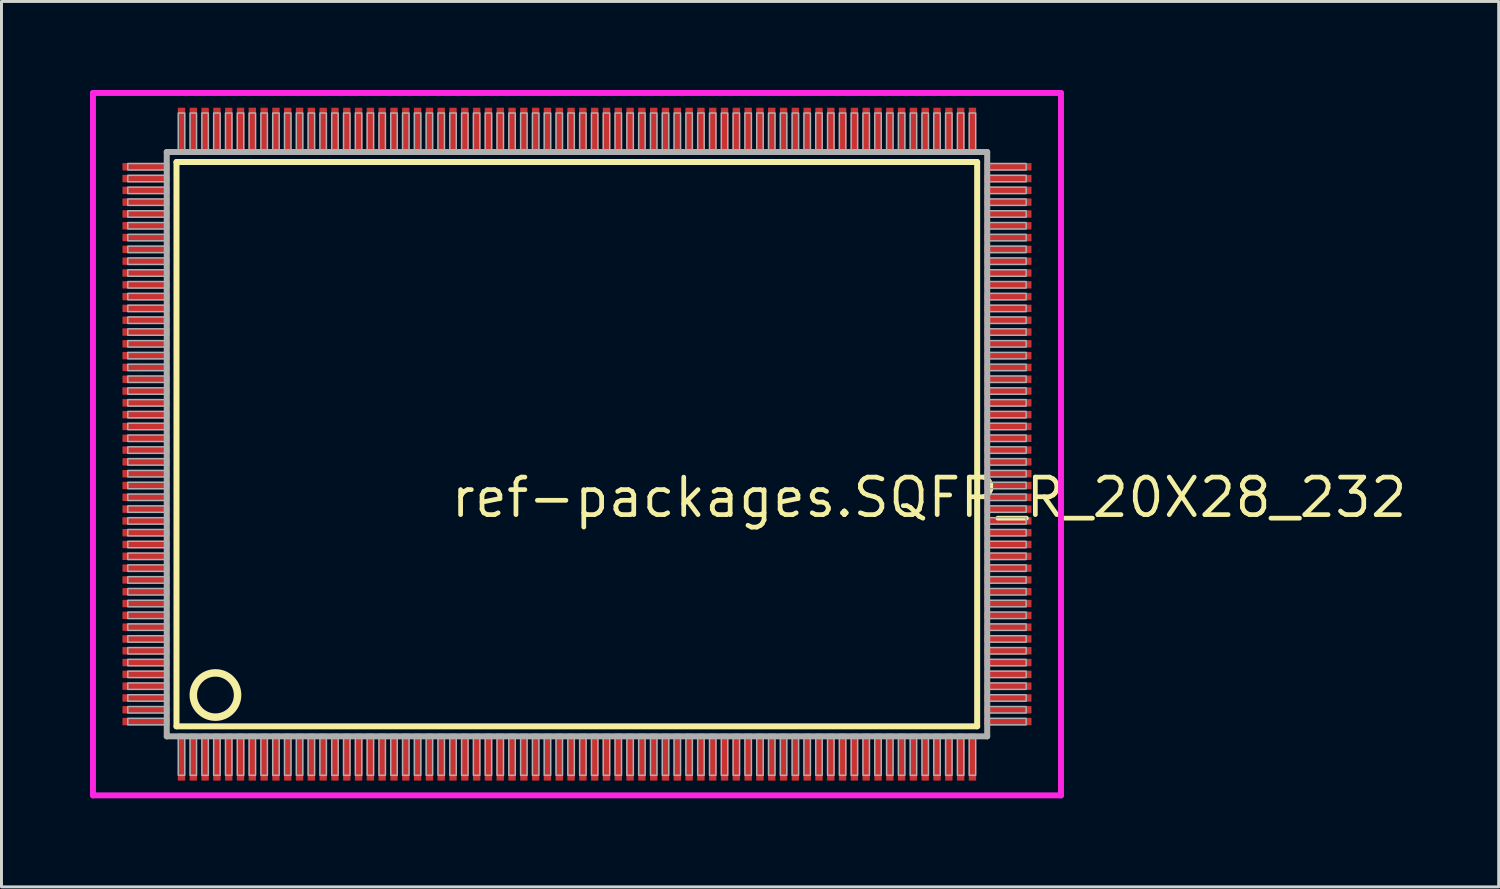
<source format=kicad_pcb>
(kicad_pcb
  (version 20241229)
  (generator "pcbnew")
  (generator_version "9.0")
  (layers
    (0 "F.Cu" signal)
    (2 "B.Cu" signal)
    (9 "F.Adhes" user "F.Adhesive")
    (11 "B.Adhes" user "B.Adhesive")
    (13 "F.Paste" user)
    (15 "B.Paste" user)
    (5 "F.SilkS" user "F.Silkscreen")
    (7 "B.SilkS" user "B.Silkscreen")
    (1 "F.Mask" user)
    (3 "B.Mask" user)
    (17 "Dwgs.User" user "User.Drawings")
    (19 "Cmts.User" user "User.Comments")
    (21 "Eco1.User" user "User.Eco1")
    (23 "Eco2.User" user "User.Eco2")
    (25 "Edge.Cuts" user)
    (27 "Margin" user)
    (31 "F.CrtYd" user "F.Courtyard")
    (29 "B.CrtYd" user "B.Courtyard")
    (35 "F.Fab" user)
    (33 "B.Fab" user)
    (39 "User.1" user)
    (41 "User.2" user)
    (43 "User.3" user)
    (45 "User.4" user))
  (footprint "ref-packages.SQFP_R_20X28_232"
    (layer "F.Cu")
    (at 16.5 12)
    (property "Reference" "ref-packages.SQFP_R_20X28_232" (at -4.35 2.55 0) (layer "F.SilkS") (effects (font (size 1.27 1.27) (thickness 0.16)) (justify left bottom)))
    (attr smd)
    (fp_line (start -13.57 -9.56) (end 13.56 -9.56) (stroke (width 0.203) (type default)) (layer "F.SilkS"))
    (fp_line (start -13.57 9.56) (end -13.57 -9.56) (stroke (width 0.203) (type default)) (layer "F.SilkS"))
    (fp_line (start 13.56 -9.56) (end 13.56 9.56) (stroke (width 0.203) (type default)) (layer "F.SilkS"))
    (fp_line (start 13.56 9.56) (end -13.57 9.56) (stroke (width 0.203) (type default)) (layer "F.SilkS"))
    (fp_circle (center -12.25 8.5) (end -11.5 8.5) (stroke (width 0.254) (type default)) (fill no) (layer "F.SilkS"))
    (fp_line (start -16.4 -11.9) (end 16.4 -11.9) (stroke (width 0.2) (type default)) (layer "F.CrtYd"))
    (fp_line (start -16.4 11.9) (end -16.4 -11.9) (stroke (width 0.2) (type default)) (layer "F.CrtYd"))
    (fp_line (start 16.4 -11.9) (end 16.4 11.9) (stroke (width 0.2) (type default)) (layer "F.CrtYd"))
    (fp_line (start 16.4 11.9) (end -16.4 11.9) (stroke (width 0.2) (type default)) (layer "F.CrtYd"))
    (fp_line (start -13.9 -9.9) (end -13.9 9.9) (stroke (width 0.203) (type default)) (layer "F.Fab"))
    (fp_line (start -13.9 9.9) (end 13.9 9.9) (stroke (width 0.203) (type default)) (layer "F.Fab"))
    (fp_line (start 13.9 -9.9) (end -13.9 -9.9) (stroke (width 0.203) (type default)) (layer "F.Fab"))
    (fp_line (start 13.9 9.9) (end 13.9 -9.9) (stroke (width 0.203) (type default)) (layer "F.Fab"))
    (fp_rect (start -15.22 -9.29) (end -13.95 -9.51) (stroke (width 0.05) (type default)) (fill no) (layer "F.Fab"))
    (fp_rect (start -15.22 -8.89) (end -13.95 -9.11) (stroke (width 0.05) (type default)) (fill no) (layer "F.Fab"))
    (fp_rect (start -15.22 -8.49) (end -13.95 -8.71) (stroke (width 0.05) (type default)) (fill no) (layer "F.Fab"))
    (fp_rect (start -15.22 -8.09) (end -13.95 -8.31) (stroke (width 0.05) (type default)) (fill no) (layer "F.Fab"))
    (fp_rect (start -15.22 -7.69) (end -13.95 -7.91) (stroke (width 0.05) (type default)) (fill no) (layer "F.Fab"))
    (fp_rect (start -15.22 -7.29) (end -13.95 -7.51) (stroke (width 0.05) (type default)) (fill no) (layer "F.Fab"))
    (fp_rect (start -15.22 -6.89) (end -13.95 -7.11) (stroke (width 0.05) (type default)) (fill no) (layer "F.Fab"))
    (fp_rect (start -15.22 -6.49) (end -13.95 -6.71) (stroke (width 0.05) (type default)) (fill no) (layer "F.Fab"))
    (fp_rect (start -15.22 -6.09) (end -13.95 -6.31) (stroke (width 0.05) (type default)) (fill no) (layer "F.Fab"))
    (fp_rect (start -15.22 -5.69) (end -13.95 -5.91) (stroke (width 0.05) (type default)) (fill no) (layer "F.Fab"))
    (fp_rect (start -15.22 -5.29) (end -13.95 -5.51) (stroke (width 0.05) (type default)) (fill no) (layer "F.Fab"))
    (fp_rect (start -15.22 -4.89) (end -13.95 -5.11) (stroke (width 0.05) (type default)) (fill no) (layer "F.Fab"))
    (fp_rect (start -15.22 -4.49) (end -13.95 -4.71) (stroke (width 0.05) (type default)) (fill no) (layer "F.Fab"))
    (fp_rect (start -15.22 -4.09) (end -13.95 -4.31) (stroke (width 0.05) (type default)) (fill no) (layer "F.Fab"))
    (fp_rect (start -15.22 -3.69) (end -13.95 -3.91) (stroke (width 0.05) (type default)) (fill no) (layer "F.Fab"))
    (fp_rect (start -15.22 -3.29) (end -13.95 -3.51) (stroke (width 0.05) (type default)) (fill no) (layer "F.Fab"))
    (fp_rect (start -15.22 -2.89) (end -13.95 -3.11) (stroke (width 0.05) (type default)) (fill no) (layer "F.Fab"))
    (fp_rect (start -15.22 -2.49) (end -13.95 -2.71) (stroke (width 0.05) (type default)) (fill no) (layer "F.Fab"))
    (fp_rect (start -15.22 -2.09) (end -13.95 -2.31) (stroke (width 0.05) (type default)) (fill no) (layer "F.Fab"))
    (fp_rect (start -15.22 -1.69) (end -13.95 -1.91) (stroke (width 0.05) (type default)) (fill no) (layer "F.Fab"))
    (fp_rect (start -15.22 -1.29) (end -13.95 -1.51) (stroke (width 0.05) (type default)) (fill no) (layer "F.Fab"))
    (fp_rect (start -15.22 -0.89) (end -13.95 -1.11) (stroke (width 0.05) (type default)) (fill no) (layer "F.Fab"))
    (fp_rect (start -15.22 -0.49) (end -13.95 -0.71) (stroke (width 0.05) (type default)) (fill no) (layer "F.Fab"))
    (fp_rect (start -15.22 -0.09) (end -13.95 -0.31) (stroke (width 0.05) (type default)) (fill no) (layer "F.Fab"))
    (fp_rect (start -15.22 0.31) (end -13.95 0.09) (stroke (width 0.05) (type default)) (fill no) (layer "F.Fab"))
    (fp_rect (start -15.22 0.71) (end -13.95 0.49) (stroke (width 0.05) (type default)) (fill no) (layer "F.Fab"))
    (fp_rect (start -15.22 1.11) (end -13.95 0.89) (stroke (width 0.05) (type default)) (fill no) (layer "F.Fab"))
    (fp_rect (start -15.22 1.51) (end -13.95 1.29) (stroke (width 0.05) (type default)) (fill no) (layer "F.Fab"))
    (fp_rect (start -15.22 1.91) (end -13.95 1.69) (stroke (width 0.05) (type default)) (fill no) (layer "F.Fab"))
    (fp_rect (start -15.22 2.31) (end -13.95 2.09) (stroke (width 0.05) (type default)) (fill no) (layer "F.Fab"))
    (fp_rect (start -15.22 2.71) (end -13.95 2.49) (stroke (width 0.05) (type default)) (fill no) (layer "F.Fab"))
    (fp_rect (start -15.22 3.11) (end -13.95 2.89) (stroke (width 0.05) (type default)) (fill no) (layer "F.Fab"))
    (fp_rect (start -15.22 3.51) (end -13.95 3.29) (stroke (width 0.05) (type default)) (fill no) (layer "F.Fab"))
    (fp_rect (start -15.22 3.91) (end -13.95 3.69) (stroke (width 0.05) (type default)) (fill no) (layer "F.Fab"))
    (fp_rect (start -15.22 4.31) (end -13.95 4.09) (stroke (width 0.05) (type default)) (fill no) (layer "F.Fab"))
    (fp_rect (start -15.22 4.71) (end -13.95 4.49) (stroke (width 0.05) (type default)) (fill no) (layer "F.Fab"))
    (fp_rect (start -15.22 5.11) (end -13.95 4.89) (stroke (width 0.05) (type default)) (fill no) (layer "F.Fab"))
    (fp_rect (start -15.22 5.51) (end -13.95 5.29) (stroke (width 0.05) (type default)) (fill no) (layer "F.Fab"))
    (fp_rect (start -15.22 5.91) (end -13.95 5.69) (stroke (width 0.05) (type default)) (fill no) (layer "F.Fab"))
    (fp_rect (start -15.22 6.31) (end -13.95 6.09) (stroke (width 0.05) (type default)) (fill no) (layer "F.Fab"))
    (fp_rect (start -15.22 6.71) (end -13.95 6.49) (stroke (width 0.05) (type default)) (fill no) (layer "F.Fab"))
    (fp_rect (start -15.22 7.11) (end -13.95 6.89) (stroke (width 0.05) (type default)) (fill no) (layer "F.Fab"))
    (fp_rect (start -15.22 7.51) (end -13.95 7.29) (stroke (width 0.05) (type default)) (fill no) (layer "F.Fab"))
    (fp_rect (start -15.22 7.91) (end -13.95 7.69) (stroke (width 0.05) (type default)) (fill no) (layer "F.Fab"))
    (fp_rect (start -15.22 8.31) (end -13.95 8.09) (stroke (width 0.05) (type default)) (fill no) (layer "F.Fab"))
    (fp_rect (start -15.22 8.71) (end -13.95 8.49) (stroke (width 0.05) (type default)) (fill no) (layer "F.Fab"))
    (fp_rect (start -15.22 9.11) (end -13.95 8.89) (stroke (width 0.05) (type default)) (fill no) (layer "F.Fab"))
    (fp_rect (start -15.22 9.51) (end -13.95 9.29) (stroke (width 0.05) (type default)) (fill no) (layer "F.Fab"))
    (fp_rect (start -13.51 -9.93) (end -13.29 -11.22) (stroke (width 0.05) (type default)) (fill no) (layer "F.Fab"))
    (fp_rect (start -13.51 11.22) (end -13.29 9.93) (stroke (width 0.05) (type default)) (fill no) (layer "F.Fab"))
    (fp_rect (start -13.11 -9.93) (end -12.89 -11.22) (stroke (width 0.05) (type default)) (fill no) (layer "F.Fab"))
    (fp_rect (start -13.11 11.22) (end -12.89 9.93) (stroke (width 0.05) (type default)) (fill no) (layer "F.Fab"))
    (fp_rect (start -12.71 -9.93) (end -12.49 -11.22) (stroke (width 0.05) (type default)) (fill no) (layer "F.Fab"))
    (fp_rect (start -12.71 11.22) (end -12.49 9.93) (stroke (width 0.05) (type default)) (fill no) (layer "F.Fab"))
    (fp_rect (start -12.31 -9.93) (end -12.09 -11.22) (stroke (width 0.05) (type default)) (fill no) (layer "F.Fab"))
    (fp_rect (start -12.31 11.22) (end -12.09 9.93) (stroke (width 0.05) (type default)) (fill no) (layer "F.Fab"))
    (fp_rect (start -11.91 -9.93) (end -11.69 -11.22) (stroke (width 0.05) (type default)) (fill no) (layer "F.Fab"))
    (fp_rect (start -11.91 11.22) (end -11.69 9.93) (stroke (width 0.05) (type default)) (fill no) (layer "F.Fab"))
    (fp_rect (start -11.51 -9.93) (end -11.29 -11.22) (stroke (width 0.05) (type default)) (fill no) (layer "F.Fab"))
    (fp_rect (start -11.51 11.22) (end -11.29 9.93) (stroke (width 0.05) (type default)) (fill no) (layer "F.Fab"))
    (fp_rect (start -11.11 -9.93) (end -10.89 -11.22) (stroke (width 0.05) (type default)) (fill no) (layer "F.Fab"))
    (fp_rect (start -11.11 11.22) (end -10.89 9.93) (stroke (width 0.05) (type default)) (fill no) (layer "F.Fab"))
    (fp_rect (start -10.71 -9.93) (end -10.49 -11.22) (stroke (width 0.05) (type default)) (fill no) (layer "F.Fab"))
    (fp_rect (start -10.71 11.22) (end -10.49 9.93) (stroke (width 0.05) (type default)) (fill no) (layer "F.Fab"))
    (fp_rect (start -10.31 -9.93) (end -10.09 -11.22) (stroke (width 0.05) (type default)) (fill no) (layer "F.Fab"))
    (fp_rect (start -10.31 11.22) (end -10.09 9.93) (stroke (width 0.05) (type default)) (fill no) (layer "F.Fab"))
    (fp_rect (start -9.91 -9.93) (end -9.69 -11.22) (stroke (width 0.05) (type default)) (fill no) (layer "F.Fab"))
    (fp_rect (start -9.91 11.22) (end -9.69 9.93) (stroke (width 0.05) (type default)) (fill no) (layer "F.Fab"))
    (fp_rect (start -9.51 -9.93) (end -9.29 -11.22) (stroke (width 0.05) (type default)) (fill no) (layer "F.Fab"))
    (fp_rect (start -9.51 11.22) (end -9.29 9.93) (stroke (width 0.05) (type default)) (fill no) (layer "F.Fab"))
    (fp_rect (start -9.11 -9.93) (end -8.89 -11.22) (stroke (width 0.05) (type default)) (fill no) (layer "F.Fab"))
    (fp_rect (start -9.11 11.22) (end -8.89 9.93) (stroke (width 0.05) (type default)) (fill no) (layer "F.Fab"))
    (fp_rect (start -8.71 -9.93) (end -8.49 -11.22) (stroke (width 0.05) (type default)) (fill no) (layer "F.Fab"))
    (fp_rect (start -8.71 11.22) (end -8.49 9.93) (stroke (width 0.05) (type default)) (fill no) (layer "F.Fab"))
    (fp_rect (start -8.31 -9.93) (end -8.09 -11.22) (stroke (width 0.05) (type default)) (fill no) (layer "F.Fab"))
    (fp_rect (start -8.31 11.22) (end -8.09 9.93) (stroke (width 0.05) (type default)) (fill no) (layer "F.Fab"))
    (fp_rect (start -7.91 -9.93) (end -7.69 -11.22) (stroke (width 0.05) (type default)) (fill no) (layer "F.Fab"))
    (fp_rect (start -7.91 11.22) (end -7.69 9.93) (stroke (width 0.05) (type default)) (fill no) (layer "F.Fab"))
    (fp_rect (start -7.51 -9.93) (end -7.29 -11.22) (stroke (width 0.05) (type default)) (fill no) (layer "F.Fab"))
    (fp_rect (start -7.51 11.22) (end -7.29 9.93) (stroke (width 0.05) (type default)) (fill no) (layer "F.Fab"))
    (fp_rect (start -7.11 -9.93) (end -6.89 -11.22) (stroke (width 0.05) (type default)) (fill no) (layer "F.Fab"))
    (fp_rect (start -7.11 11.22) (end -6.89 9.93) (stroke (width 0.05) (type default)) (fill no) (layer "F.Fab"))
    (fp_rect (start -6.71 -9.93) (end -6.49 -11.22) (stroke (width 0.05) (type default)) (fill no) (layer "F.Fab"))
    (fp_rect (start -6.71 11.22) (end -6.49 9.93) (stroke (width 0.05) (type default)) (fill no) (layer "F.Fab"))
    (fp_rect (start -6.31 -9.93) (end -6.09 -11.22) (stroke (width 0.05) (type default)) (fill no) (layer "F.Fab"))
    (fp_rect (start -6.31 11.22) (end -6.09 9.93) (stroke (width 0.05) (type default)) (fill no) (layer "F.Fab"))
    (fp_rect (start -5.91 -9.93) (end -5.69 -11.22) (stroke (width 0.05) (type default)) (fill no) (layer "F.Fab"))
    (fp_rect (start -5.91 11.22) (end -5.69 9.93) (stroke (width 0.05) (type default)) (fill no) (layer "F.Fab"))
    (fp_rect (start -5.51 -9.93) (end -5.29 -11.22) (stroke (width 0.05) (type default)) (fill no) (layer "F.Fab"))
    (fp_rect (start -5.51 11.22) (end -5.29 9.93) (stroke (width 0.05) (type default)) (fill no) (layer "F.Fab"))
    (fp_rect (start -5.11 -9.93) (end -4.89 -11.22) (stroke (width 0.05) (type default)) (fill no) (layer "F.Fab"))
    (fp_rect (start -5.11 11.22) (end -4.89 9.93) (stroke (width 0.05) (type default)) (fill no) (layer "F.Fab"))
    (fp_rect (start -4.71 -9.93) (end -4.49 -11.22) (stroke (width 0.05) (type default)) (fill no) (layer "F.Fab"))
    (fp_rect (start -4.71 11.22) (end -4.49 9.93) (stroke (width 0.05) (type default)) (fill no) (layer "F.Fab"))
    (fp_rect (start -4.31 -9.93) (end -4.09 -11.22) (stroke (width 0.05) (type default)) (fill no) (layer "F.Fab"))
    (fp_rect (start -4.31 11.22) (end -4.09 9.93) (stroke (width 0.05) (type default)) (fill no) (layer "F.Fab"))
    (fp_rect (start -3.91 -9.93) (end -3.69 -11.22) (stroke (width 0.05) (type default)) (fill no) (layer "F.Fab"))
    (fp_rect (start -3.91 11.22) (end -3.69 9.93) (stroke (width 0.05) (type default)) (fill no) (layer "F.Fab"))
    (fp_rect (start -3.51 -9.93) (end -3.29 -11.22) (stroke (width 0.05) (type default)) (fill no) (layer "F.Fab"))
    (fp_rect (start -3.51 11.22) (end -3.29 9.93) (stroke (width 0.05) (type default)) (fill no) (layer "F.Fab"))
    (fp_rect (start -3.11 -9.93) (end -2.89 -11.22) (stroke (width 0.05) (type default)) (fill no) (layer "F.Fab"))
    (fp_rect (start -3.11 11.22) (end -2.89 9.93) (stroke (width 0.05) (type default)) (fill no) (layer "F.Fab"))
    (fp_rect (start -2.71 -9.93) (end -2.49 -11.22) (stroke (width 0.05) (type default)) (fill no) (layer "F.Fab"))
    (fp_rect (start -2.71 11.22) (end -2.49 9.93) (stroke (width 0.05) (type default)) (fill no) (layer "F.Fab"))
    (fp_rect (start -2.31 -9.93) (end -2.09 -11.22) (stroke (width 0.05) (type default)) (fill no) (layer "F.Fab"))
    (fp_rect (start -2.31 11.22) (end -2.09 9.93) (stroke (width 0.05) (type default)) (fill no) (layer "F.Fab"))
    (fp_rect (start -1.91 -9.93) (end -1.69 -11.22) (stroke (width 0.05) (type default)) (fill no) (layer "F.Fab"))
    (fp_rect (start -1.91 11.22) (end -1.69 9.93) (stroke (width 0.05) (type default)) (fill no) (layer "F.Fab"))
    (fp_rect (start -1.51 -9.93) (end -1.29 -11.22) (stroke (width 0.05) (type default)) (fill no) (layer "F.Fab"))
    (fp_rect (start -1.51 11.22) (end -1.29 9.93) (stroke (width 0.05) (type default)) (fill no) (layer "F.Fab"))
    (fp_rect (start -1.11 -9.93) (end -0.89 -11.22) (stroke (width 0.05) (type default)) (fill no) (layer "F.Fab"))
    (fp_rect (start -1.11 11.22) (end -0.89 9.93) (stroke (width 0.05) (type default)) (fill no) (layer "F.Fab"))
    (fp_rect (start -0.71 -9.93) (end -0.49 -11.22) (stroke (width 0.05) (type default)) (fill no) (layer "F.Fab"))
    (fp_rect (start -0.71 11.22) (end -0.49 9.93) (stroke (width 0.05) (type default)) (fill no) (layer "F.Fab"))
    (fp_rect (start -0.31 -9.93) (end -0.09 -11.22) (stroke (width 0.05) (type default)) (fill no) (layer "F.Fab"))
    (fp_rect (start -0.31 11.22) (end -0.09 9.93) (stroke (width 0.05) (type default)) (fill no) (layer "F.Fab"))
    (fp_rect (start 0.09 -9.93) (end 0.31 -11.22) (stroke (width 0.05) (type default)) (fill no) (layer "F.Fab"))
    (fp_rect (start 0.09 11.22) (end 0.31 9.93) (stroke (width 0.05) (type default)) (fill no) (layer "F.Fab"))
    (fp_rect (start 0.49 -9.93) (end 0.71 -11.22) (stroke (width 0.05) (type default)) (fill no) (layer "F.Fab"))
    (fp_rect (start 0.49 11.22) (end 0.71 9.93) (stroke (width 0.05) (type default)) (fill no) (layer "F.Fab"))
    (fp_rect (start 0.89 -9.93) (end 1.11 -11.22) (stroke (width 0.05) (type default)) (fill no) (layer "F.Fab"))
    (fp_rect (start 0.89 11.22) (end 1.11 9.93) (stroke (width 0.05) (type default)) (fill no) (layer "F.Fab"))
    (fp_rect (start 1.29 -9.93) (end 1.51 -11.22) (stroke (width 0.05) (type default)) (fill no) (layer "F.Fab"))
    (fp_rect (start 1.29 11.22) (end 1.51 9.93) (stroke (width 0.05) (type default)) (fill no) (layer "F.Fab"))
    (fp_rect (start 1.69 -9.93) (end 1.91 -11.22) (stroke (width 0.05) (type default)) (fill no) (layer "F.Fab"))
    (fp_rect (start 1.69 11.22) (end 1.91 9.93) (stroke (width 0.05) (type default)) (fill no) (layer "F.Fab"))
    (fp_rect (start 2.09 -9.93) (end 2.31 -11.22) (stroke (width 0.05) (type default)) (fill no) (layer "F.Fab"))
    (fp_rect (start 2.09 11.22) (end 2.31 9.93) (stroke (width 0.05) (type default)) (fill no) (layer "F.Fab"))
    (fp_rect (start 2.49 -9.93) (end 2.71 -11.22) (stroke (width 0.05) (type default)) (fill no) (layer "F.Fab"))
    (fp_rect (start 2.49 11.22) (end 2.71 9.93) (stroke (width 0.05) (type default)) (fill no) (layer "F.Fab"))
    (fp_rect (start 2.89 -9.93) (end 3.11 -11.22) (stroke (width 0.05) (type default)) (fill no) (layer "F.Fab"))
    (fp_rect (start 2.89 11.22) (end 3.11 9.93) (stroke (width 0.05) (type default)) (fill no) (layer "F.Fab"))
    (fp_rect (start 3.29 -9.93) (end 3.51 -11.22) (stroke (width 0.05) (type default)) (fill no) (layer "F.Fab"))
    (fp_rect (start 3.29 11.22) (end 3.51 9.93) (stroke (width 0.05) (type default)) (fill no) (layer "F.Fab"))
    (fp_rect (start 3.69 -9.93) (end 3.91 -11.22) (stroke (width 0.05) (type default)) (fill no) (layer "F.Fab"))
    (fp_rect (start 3.69 11.22) (end 3.91 9.93) (stroke (width 0.05) (type default)) (fill no) (layer "F.Fab"))
    (fp_rect (start 4.09 -9.93) (end 4.31 -11.22) (stroke (width 0.05) (type default)) (fill no) (layer "F.Fab"))
    (fp_rect (start 4.09 11.22) (end 4.31 9.93) (stroke (width 0.05) (type default)) (fill no) (layer "F.Fab"))
    (fp_rect (start 4.49 -9.93) (end 4.71 -11.22) (stroke (width 0.05) (type default)) (fill no) (layer "F.Fab"))
    (fp_rect (start 4.49 11.22) (end 4.71 9.93) (stroke (width 0.05) (type default)) (fill no) (layer "F.Fab"))
    (fp_rect (start 4.89 -9.93) (end 5.11 -11.22) (stroke (width 0.05) (type default)) (fill no) (layer "F.Fab"))
    (fp_rect (start 4.89 11.22) (end 5.11 9.93) (stroke (width 0.05) (type default)) (fill no) (layer "F.Fab"))
    (fp_rect (start 5.29 -9.93) (end 5.51 -11.22) (stroke (width 0.05) (type default)) (fill no) (layer "F.Fab"))
    (fp_rect (start 5.29 11.22) (end 5.51 9.93) (stroke (width 0.05) (type default)) (fill no) (layer "F.Fab"))
    (fp_rect (start 5.69 -9.93) (end 5.91 -11.22) (stroke (width 0.05) (type default)) (fill no) (layer "F.Fab"))
    (fp_rect (start 5.69 11.22) (end 5.91 9.93) (stroke (width 0.05) (type default)) (fill no) (layer "F.Fab"))
    (fp_rect (start 6.09 -9.93) (end 6.31 -11.22) (stroke (width 0.05) (type default)) (fill no) (layer "F.Fab"))
    (fp_rect (start 6.09 11.22) (end 6.31 9.93) (stroke (width 0.05) (type default)) (fill no) (layer "F.Fab"))
    (fp_rect (start 6.49 -9.93) (end 6.71 -11.22) (stroke (width 0.05) (type default)) (fill no) (layer "F.Fab"))
    (fp_rect (start 6.49 11.22) (end 6.71 9.93) (stroke (width 0.05) (type default)) (fill no) (layer "F.Fab"))
    (fp_rect (start 6.89 -9.93) (end 7.11 -11.22) (stroke (width 0.05) (type default)) (fill no) (layer "F.Fab"))
    (fp_rect (start 6.89 11.22) (end 7.11 9.93) (stroke (width 0.05) (type default)) (fill no) (layer "F.Fab"))
    (fp_rect (start 7.29 -9.93) (end 7.51 -11.22) (stroke (width 0.05) (type default)) (fill no) (layer "F.Fab"))
    (fp_rect (start 7.29 11.22) (end 7.51 9.93) (stroke (width 0.05) (type default)) (fill no) (layer "F.Fab"))
    (fp_rect (start 7.69 -9.93) (end 7.91 -11.22) (stroke (width 0.05) (type default)) (fill no) (layer "F.Fab"))
    (fp_rect (start 7.69 11.22) (end 7.91 9.93) (stroke (width 0.05) (type default)) (fill no) (layer "F.Fab"))
    (fp_rect (start 8.09 -9.93) (end 8.31 -11.22) (stroke (width 0.05) (type default)) (fill no) (layer "F.Fab"))
    (fp_rect (start 8.09 11.22) (end 8.31 9.93) (stroke (width 0.05) (type default)) (fill no) (layer "F.Fab"))
    (fp_rect (start 8.49 -9.93) (end 8.71 -11.22) (stroke (width 0.05) (type default)) (fill no) (layer "F.Fab"))
    (fp_rect (start 8.49 11.22) (end 8.71 9.93) (stroke (width 0.05) (type default)) (fill no) (layer "F.Fab"))
    (fp_rect (start 8.89 -9.93) (end 9.11 -11.22) (stroke (width 0.05) (type default)) (fill no) (layer "F.Fab"))
    (fp_rect (start 8.89 11.22) (end 9.11 9.93) (stroke (width 0.05) (type default)) (fill no) (layer "F.Fab"))
    (fp_rect (start 9.29 -9.93) (end 9.51 -11.22) (stroke (width 0.05) (type default)) (fill no) (layer "F.Fab"))
    (fp_rect (start 9.29 11.22) (end 9.51 9.93) (stroke (width 0.05) (type default)) (fill no) (layer "F.Fab"))
    (fp_rect (start 9.69 -9.93) (end 9.91 -11.22) (stroke (width 0.05) (type default)) (fill no) (layer "F.Fab"))
    (fp_rect (start 9.69 11.22) (end 9.91 9.93) (stroke (width 0.05) (type default)) (fill no) (layer "F.Fab"))
    (fp_rect (start 10.09 -9.93) (end 10.31 -11.22) (stroke (width 0.05) (type default)) (fill no) (layer "F.Fab"))
    (fp_rect (start 10.09 11.22) (end 10.31 9.93) (stroke (width 0.05) (type default)) (fill no) (layer "F.Fab"))
    (fp_rect (start 10.49 -9.93) (end 10.71 -11.22) (stroke (width 0.05) (type default)) (fill no) (layer "F.Fab"))
    (fp_rect (start 10.49 11.22) (end 10.71 9.93) (stroke (width 0.05) (type default)) (fill no) (layer "F.Fab"))
    (fp_rect (start 10.89 -9.93) (end 11.11 -11.22) (stroke (width 0.05) (type default)) (fill no) (layer "F.Fab"))
    (fp_rect (start 10.89 11.22) (end 11.11 9.93) (stroke (width 0.05) (type default)) (fill no) (layer "F.Fab"))
    (fp_rect (start 11.29 -9.93) (end 11.51 -11.22) (stroke (width 0.05) (type default)) (fill no) (layer "F.Fab"))
    (fp_rect (start 11.29 11.22) (end 11.51 9.93) (stroke (width 0.05) (type default)) (fill no) (layer "F.Fab"))
    (fp_rect (start 11.69 -9.93) (end 11.91 -11.22) (stroke (width 0.05) (type default)) (fill no) (layer "F.Fab"))
    (fp_rect (start 11.69 11.22) (end 11.91 9.93) (stroke (width 0.05) (type default)) (fill no) (layer "F.Fab"))
    (fp_rect (start 12.09 -9.93) (end 12.31 -11.22) (stroke (width 0.05) (type default)) (fill no) (layer "F.Fab"))
    (fp_rect (start 12.09 11.22) (end 12.31 9.93) (stroke (width 0.05) (type default)) (fill no) (layer "F.Fab"))
    (fp_rect (start 12.49 -9.93) (end 12.71 -11.22) (stroke (width 0.05) (type default)) (fill no) (layer "F.Fab"))
    (fp_rect (start 12.49 11.22) (end 12.71 9.93) (stroke (width 0.05) (type default)) (fill no) (layer "F.Fab"))
    (fp_rect (start 12.89 -9.93) (end 13.11 -11.22) (stroke (width 0.05) (type default)) (fill no) (layer "F.Fab"))
    (fp_rect (start 12.89 11.22) (end 13.11 9.93) (stroke (width 0.05) (type default)) (fill no) (layer "F.Fab"))
    (fp_rect (start 13.29 -9.93) (end 13.51 -11.22) (stroke (width 0.05) (type default)) (fill no) (layer "F.Fab"))
    (fp_rect (start 13.29 11.22) (end 13.51 9.93) (stroke (width 0.05) (type default)) (fill no) (layer "F.Fab"))
    (fp_rect (start 13.95 -9.29) (end 15.22 -9.51) (stroke (width 0.05) (type default)) (fill no) (layer "F.Fab"))
    (fp_rect (start 13.95 -8.89) (end 15.22 -9.11) (stroke (width 0.05) (type default)) (fill no) (layer "F.Fab"))
    (fp_rect (start 13.95 -8.49) (end 15.22 -8.71) (stroke (width 0.05) (type default)) (fill no) (layer "F.Fab"))
    (fp_rect (start 13.95 -8.09) (end 15.22 -8.31) (stroke (width 0.05) (type default)) (fill no) (layer "F.Fab"))
    (fp_rect (start 13.95 -7.69) (end 15.22 -7.91) (stroke (width 0.05) (type default)) (fill no) (layer "F.Fab"))
    (fp_rect (start 13.95 -7.29) (end 15.22 -7.51) (stroke (width 0.05) (type default)) (fill no) (layer "F.Fab"))
    (fp_rect (start 13.95 -6.89) (end 15.22 -7.11) (stroke (width 0.05) (type default)) (fill no) (layer "F.Fab"))
    (fp_rect (start 13.95 -6.49) (end 15.22 -6.71) (stroke (width 0.05) (type default)) (fill no) (layer "F.Fab"))
    (fp_rect (start 13.95 -6.09) (end 15.22 -6.31) (stroke (width 0.05) (type default)) (fill no) (layer "F.Fab"))
    (fp_rect (start 13.95 -5.69) (end 15.22 -5.91) (stroke (width 0.05) (type default)) (fill no) (layer "F.Fab"))
    (fp_rect (start 13.95 -5.29) (end 15.22 -5.51) (stroke (width 0.05) (type default)) (fill no) (layer "F.Fab"))
    (fp_rect (start 13.95 -4.89) (end 15.22 -5.11) (stroke (width 0.05) (type default)) (fill no) (layer "F.Fab"))
    (fp_rect (start 13.95 -4.49) (end 15.22 -4.71) (stroke (width 0.05) (type default)) (fill no) (layer "F.Fab"))
    (fp_rect (start 13.95 -4.09) (end 15.22 -4.31) (stroke (width 0.05) (type default)) (fill no) (layer "F.Fab"))
    (fp_rect (start 13.95 -3.69) (end 15.22 -3.91) (stroke (width 0.05) (type default)) (fill no) (layer "F.Fab"))
    (fp_rect (start 13.95 -3.29) (end 15.22 -3.51) (stroke (width 0.05) (type default)) (fill no) (layer "F.Fab"))
    (fp_rect (start 13.95 -2.89) (end 15.22 -3.11) (stroke (width 0.05) (type default)) (fill no) (layer "F.Fab"))
    (fp_rect (start 13.95 -2.49) (end 15.22 -2.71) (stroke (width 0.05) (type default)) (fill no) (layer "F.Fab"))
    (fp_rect (start 13.95 -2.09) (end 15.22 -2.31) (stroke (width 0.05) (type default)) (fill no) (layer "F.Fab"))
    (fp_rect (start 13.95 -1.69) (end 15.22 -1.91) (stroke (width 0.05) (type default)) (fill no) (layer "F.Fab"))
    (fp_rect (start 13.95 -1.29) (end 15.22 -1.51) (stroke (width 0.05) (type default)) (fill no) (layer "F.Fab"))
    (fp_rect (start 13.95 -0.89) (end 15.22 -1.11) (stroke (width 0.05) (type default)) (fill no) (layer "F.Fab"))
    (fp_rect (start 13.95 -0.49) (end 15.22 -0.71) (stroke (width 0.05) (type default)) (fill no) (layer "F.Fab"))
    (fp_rect (start 13.95 -0.09) (end 15.22 -0.31) (stroke (width 0.05) (type default)) (fill no) (layer "F.Fab"))
    (fp_rect (start 13.95 0.31) (end 15.22 0.09) (stroke (width 0.05) (type default)) (fill no) (layer "F.Fab"))
    (fp_rect (start 13.95 0.71) (end 15.22 0.49) (stroke (width 0.05) (type default)) (fill no) (layer "F.Fab"))
    (fp_rect (start 13.95 1.11) (end 15.22 0.89) (stroke (width 0.05) (type default)) (fill no) (layer "F.Fab"))
    (fp_rect (start 13.95 1.51) (end 15.22 1.29) (stroke (width 0.05) (type default)) (fill no) (layer "F.Fab"))
    (fp_rect (start 13.95 1.91) (end 15.22 1.69) (stroke (width 0.05) (type default)) (fill no) (layer "F.Fab"))
    (fp_rect (start 13.95 2.31) (end 15.22 2.09) (stroke (width 0.05) (type default)) (fill no) (layer "F.Fab"))
    (fp_rect (start 13.95 2.71) (end 15.22 2.49) (stroke (width 0.05) (type default)) (fill no) (layer "F.Fab"))
    (fp_rect (start 13.95 3.11) (end 15.22 2.89) (stroke (width 0.05) (type default)) (fill no) (layer "F.Fab"))
    (fp_rect (start 13.95 3.51) (end 15.22 3.29) (stroke (width 0.05) (type default)) (fill no) (layer "F.Fab"))
    (fp_rect (start 13.95 3.91) (end 15.22 3.69) (stroke (width 0.05) (type default)) (fill no) (layer "F.Fab"))
    (fp_rect (start 13.95 4.31) (end 15.22 4.09) (stroke (width 0.05) (type default)) (fill no) (layer "F.Fab"))
    (fp_rect (start 13.95 4.71) (end 15.22 4.49) (stroke (width 0.05) (type default)) (fill no) (layer "F.Fab"))
    (fp_rect (start 13.95 5.11) (end 15.22 4.89) (stroke (width 0.05) (type default)) (fill no) (layer "F.Fab"))
    (fp_rect (start 13.95 5.51) (end 15.22 5.29) (stroke (width 0.05) (type default)) (fill no) (layer "F.Fab"))
    (fp_rect (start 13.95 5.91) (end 15.22 5.69) (stroke (width 0.05) (type default)) (fill no) (layer "F.Fab"))
    (fp_rect (start 13.95 6.31) (end 15.22 6.09) (stroke (width 0.05) (type default)) (fill no) (layer "F.Fab"))
    (fp_rect (start 13.95 6.71) (end 15.22 6.49) (stroke (width 0.05) (type default)) (fill no) (layer "F.Fab"))
    (fp_rect (start 13.95 7.11) (end 15.22 6.89) (stroke (width 0.05) (type default)) (fill no) (layer "F.Fab"))
    (fp_rect (start 13.95 7.51) (end 15.22 7.29) (stroke (width 0.05) (type default)) (fill no) (layer "F.Fab"))
    (fp_rect (start 13.95 7.91) (end 15.22 7.69) (stroke (width 0.05) (type default)) (fill no) (layer "F.Fab"))
    (fp_rect (start 13.95 8.31) (end 15.22 8.09) (stroke (width 0.05) (type default)) (fill no) (layer "F.Fab"))
    (fp_rect (start 13.95 8.71) (end 15.22 8.49) (stroke (width 0.05) (type default)) (fill no) (layer "F.Fab"))
    (fp_rect (start 13.95 9.11) (end 15.22 8.89) (stroke (width 0.05) (type default)) (fill no) (layer "F.Fab"))
    (fp_rect (start 13.95 9.51) (end 15.22 9.29) (stroke (width 0.05) (type default)) (fill no) (layer "F.Fab"))
    (pad "1" smd roundrect (at -13.4 10.6) (size 0.25 1.6) (layers "F.Cu" "F.Mask" "F.Paste") (roundrect_rratio 0.01))
    (pad "2" smd roundrect (at -13 10.6) (size 0.25 1.6) (layers "F.Cu" "F.Mask" "F.Paste") (roundrect_rratio 0.01))
    (pad "3" smd roundrect (at -12.6 10.6) (size 0.25 1.6) (layers "F.Cu" "F.Mask" "F.Paste") (roundrect_rratio 0.01))
    (pad "4" smd roundrect (at -12.2 10.6) (size 0.25 1.6) (layers "F.Cu" "F.Mask" "F.Paste") (roundrect_rratio 0.01))
    (pad "5" smd roundrect (at -11.8 10.6) (size 0.25 1.6) (layers "F.Cu" "F.Mask" "F.Paste") (roundrect_rratio 0.01))
    (pad "6" smd roundrect (at -11.4 10.6) (size 0.25 1.6) (layers "F.Cu" "F.Mask" "F.Paste") (roundrect_rratio 0.01))
    (pad "7" smd roundrect (at -11 10.6) (size 0.25 1.6) (layers "F.Cu" "F.Mask" "F.Paste") (roundrect_rratio 0.01))
    (pad "8" smd roundrect (at -10.6 10.6) (size 0.25 1.6) (layers "F.Cu" "F.Mask" "F.Paste") (roundrect_rratio 0.01))
    (pad "9" smd roundrect (at -10.2 10.6) (size 0.25 1.6) (layers "F.Cu" "F.Mask" "F.Paste") (roundrect_rratio 0.01))
    (pad "10" smd roundrect (at -9.8 10.6) (size 0.25 1.6) (layers "F.Cu" "F.Mask" "F.Paste") (roundrect_rratio 0.01))
    (pad "11" smd roundrect (at -9.4 10.6) (size 0.25 1.6) (layers "F.Cu" "F.Mask" "F.Paste") (roundrect_rratio 0.01))
    (pad "12" smd roundrect (at -9 10.6) (size 0.25 1.6) (layers "F.Cu" "F.Mask" "F.Paste") (roundrect_rratio 0.01))
    (pad "13" smd roundrect (at -8.6 10.6) (size 0.25 1.6) (layers "F.Cu" "F.Mask" "F.Paste") (roundrect_rratio 0.01))
    (pad "14" smd roundrect (at -8.2 10.6) (size 0.25 1.6) (layers "F.Cu" "F.Mask" "F.Paste") (roundrect_rratio 0.01))
    (pad "15" smd roundrect (at -7.8 10.6) (size 0.25 1.6) (layers "F.Cu" "F.Mask" "F.Paste") (roundrect_rratio 0.01))
    (pad "16" smd roundrect (at -7.4 10.6) (size 0.25 1.6) (layers "F.Cu" "F.Mask" "F.Paste") (roundrect_rratio 0.01))
    (pad "17" smd roundrect (at -7 10.6) (size 0.25 1.6) (layers "F.Cu" "F.Mask" "F.Paste") (roundrect_rratio 0.01))
    (pad "18" smd roundrect (at -6.6 10.6) (size 0.25 1.6) (layers "F.Cu" "F.Mask" "F.Paste") (roundrect_rratio 0.01))
    (pad "19" smd roundrect (at -6.2 10.6) (size 0.25 1.6) (layers "F.Cu" "F.Mask" "F.Paste") (roundrect_rratio 0.01))
    (pad "20" smd roundrect (at -5.8 10.6) (size 0.25 1.6) (layers "F.Cu" "F.Mask" "F.Paste") (roundrect_rratio 0.01))
    (pad "21" smd roundrect (at -5.4 10.6) (size 0.25 1.6) (layers "F.Cu" "F.Mask" "F.Paste") (roundrect_rratio 0.01))
    (pad "22" smd roundrect (at -5 10.6) (size 0.25 1.6) (layers "F.Cu" "F.Mask" "F.Paste") (roundrect_rratio 0.01))
    (pad "23" smd roundrect (at -4.6 10.6) (size 0.25 1.6) (layers "F.Cu" "F.Mask" "F.Paste") (roundrect_rratio 0.01))
    (pad "24" smd roundrect (at -4.2 10.6) (size 0.25 1.6) (layers "F.Cu" "F.Mask" "F.Paste") (roundrect_rratio 0.01))
    (pad "25" smd roundrect (at -3.8 10.6) (size 0.25 1.6) (layers "F.Cu" "F.Mask" "F.Paste") (roundrect_rratio 0.01))
    (pad "26" smd roundrect (at -3.4 10.6) (size 0.25 1.6) (layers "F.Cu" "F.Mask" "F.Paste") (roundrect_rratio 0.01))
    (pad "27" smd roundrect (at -3 10.6) (size 0.25 1.6) (layers "F.Cu" "F.Mask" "F.Paste") (roundrect_rratio 0.01))
    (pad "28" smd roundrect (at -2.6 10.6) (size 0.25 1.6) (layers "F.Cu" "F.Mask" "F.Paste") (roundrect_rratio 0.01))
    (pad "29" smd roundrect (at -2.2 10.6) (size 0.25 1.6) (layers "F.Cu" "F.Mask" "F.Paste") (roundrect_rratio 0.01))
    (pad "30" smd roundrect (at -1.8 10.6) (size 0.25 1.6) (layers "F.Cu" "F.Mask" "F.Paste") (roundrect_rratio 0.01))
    (pad "31" smd roundrect (at -1.4 10.6) (size 0.25 1.6) (layers "F.Cu" "F.Mask" "F.Paste") (roundrect_rratio 0.01))
    (pad "32" smd roundrect (at -1 10.6) (size 0.25 1.6) (layers "F.Cu" "F.Mask" "F.Paste") (roundrect_rratio 0.01))
    (pad "33" smd roundrect (at -0.6 10.6) (size 0.25 1.6) (layers "F.Cu" "F.Mask" "F.Paste") (roundrect_rratio 0.01))
    (pad "34" smd roundrect (at -0.2 10.6) (size 0.25 1.6) (layers "F.Cu" "F.Mask" "F.Paste") (roundrect_rratio 0.01))
    (pad "35" smd roundrect (at 0.2 10.6) (size 0.25 1.6) (layers "F.Cu" "F.Mask" "F.Paste") (roundrect_rratio 0.01))
    (pad "36" smd roundrect (at 0.6 10.6) (size 0.25 1.6) (layers "F.Cu" "F.Mask" "F.Paste") (roundrect_rratio 0.01))
    (pad "37" smd roundrect (at 1 10.6) (size 0.25 1.6) (layers "F.Cu" "F.Mask" "F.Paste") (roundrect_rratio 0.01))
    (pad "38" smd roundrect (at 1.4 10.6) (size 0.25 1.6) (layers "F.Cu" "F.Mask" "F.Paste") (roundrect_rratio 0.01))
    (pad "39" smd roundrect (at 1.8 10.6) (size 0.25 1.6) (layers "F.Cu" "F.Mask" "F.Paste") (roundrect_rratio 0.01))
    (pad "40" smd roundrect (at 2.2 10.6) (size 0.25 1.6) (layers "F.Cu" "F.Mask" "F.Paste") (roundrect_rratio 0.01))
    (pad "41" smd roundrect (at 2.6 10.6) (size 0.25 1.6) (layers "F.Cu" "F.Mask" "F.Paste") (roundrect_rratio 0.01))
    (pad "42" smd roundrect (at 3 10.6) (size 0.25 1.6) (layers "F.Cu" "F.Mask" "F.Paste") (roundrect_rratio 0.01))
    (pad "43" smd roundrect (at 3.4 10.6) (size 0.25 1.6) (layers "F.Cu" "F.Mask" "F.Paste") (roundrect_rratio 0.01))
    (pad "44" smd roundrect (at 3.8 10.6) (size 0.25 1.6) (layers "F.Cu" "F.Mask" "F.Paste") (roundrect_rratio 0.01))
    (pad "45" smd roundrect (at 4.2 10.6) (size 0.25 1.6) (layers "F.Cu" "F.Mask" "F.Paste") (roundrect_rratio 0.01))
    (pad "46" smd roundrect (at 4.6 10.6) (size 0.25 1.6) (layers "F.Cu" "F.Mask" "F.Paste") (roundrect_rratio 0.01))
    (pad "47" smd roundrect (at 5 10.6) (size 0.25 1.6) (layers "F.Cu" "F.Mask" "F.Paste") (roundrect_rratio 0.01))
    (pad "48" smd roundrect (at 5.4 10.6) (size 0.25 1.6) (layers "F.Cu" "F.Mask" "F.Paste") (roundrect_rratio 0.01))
    (pad "49" smd roundrect (at 5.8 10.6) (size 0.25 1.6) (layers "F.Cu" "F.Mask" "F.Paste") (roundrect_rratio 0.01))
    (pad "50" smd roundrect (at 6.2 10.6) (size 0.25 1.6) (layers "F.Cu" "F.Mask" "F.Paste") (roundrect_rratio 0.01))
    (pad "51" smd roundrect (at 6.6 10.6) (size 0.25 1.6) (layers "F.Cu" "F.Mask" "F.Paste") (roundrect_rratio 0.01))
    (pad "52" smd roundrect (at 7 10.6) (size 0.25 1.6) (layers "F.Cu" "F.Mask" "F.Paste") (roundrect_rratio 0.01))
    (pad "53" smd roundrect (at 7.4 10.6) (size 0.25 1.6) (layers "F.Cu" "F.Mask" "F.Paste") (roundrect_rratio 0.01))
    (pad "54" smd roundrect (at 7.8 10.6) (size 0.25 1.6) (layers "F.Cu" "F.Mask" "F.Paste") (roundrect_rratio 0.01))
    (pad "55" smd roundrect (at 8.2 10.6) (size 0.25 1.6) (layers "F.Cu" "F.Mask" "F.Paste") (roundrect_rratio 0.01))
    (pad "56" smd roundrect (at 8.6 10.6) (size 0.25 1.6) (layers "F.Cu" "F.Mask" "F.Paste") (roundrect_rratio 0.01))
    (pad "57" smd roundrect (at 9 10.6) (size 0.25 1.6) (layers "F.Cu" "F.Mask" "F.Paste") (roundrect_rratio 0.01))
    (pad "58" smd roundrect (at 9.4 10.6) (size 0.25 1.6) (layers "F.Cu" "F.Mask" "F.Paste") (roundrect_rratio 0.01))
    (pad "59" smd roundrect (at 9.8 10.6) (size 0.25 1.6) (layers "F.Cu" "F.Mask" "F.Paste") (roundrect_rratio 0.01))
    (pad "60" smd roundrect (at 10.2 10.6) (size 0.25 1.6) (layers "F.Cu" "F.Mask" "F.Paste") (roundrect_rratio 0.01))
    (pad "61" smd roundrect (at 10.6 10.6) (size 0.25 1.6) (layers "F.Cu" "F.Mask" "F.Paste") (roundrect_rratio 0.01))
    (pad "62" smd roundrect (at 11 10.6) (size 0.25 1.6) (layers "F.Cu" "F.Mask" "F.Paste") (roundrect_rratio 0.01))
    (pad "63" smd roundrect (at 11.4 10.6) (size 0.25 1.6) (layers "F.Cu" "F.Mask" "F.Paste") (roundrect_rratio 0.01))
    (pad "64" smd roundrect (at 11.8 10.6) (size 0.25 1.6) (layers "F.Cu" "F.Mask" "F.Paste") (roundrect_rratio 0.01))
    (pad "65" smd roundrect (at 12.2 10.6) (size 0.25 1.6) (layers "F.Cu" "F.Mask" "F.Paste") (roundrect_rratio 0.01))
    (pad "66" smd roundrect (at 12.6 10.6) (size 0.25 1.6) (layers "F.Cu" "F.Mask" "F.Paste") (roundrect_rratio 0.01))
    (pad "67" smd roundrect (at 13 10.6) (size 0.25 1.6) (layers "F.Cu" "F.Mask" "F.Paste") (roundrect_rratio 0.01))
    (pad "68" smd roundrect (at 13.4 10.6) (size 0.25 1.6) (layers "F.Cu" "F.Mask" "F.Paste") (roundrect_rratio 0.01))
    (pad "69" smd roundrect (at 14.6 9.4) (size 1.6 0.25) (layers "F.Cu" "F.Mask" "F.Paste") (roundrect_rratio 0.01))
    (pad "70" smd roundrect (at 14.6 9) (size 1.6 0.25) (layers "F.Cu" "F.Mask" "F.Paste") (roundrect_rratio 0.01))
    (pad "71" smd roundrect (at 14.6 8.6) (size 1.6 0.25) (layers "F.Cu" "F.Mask" "F.Paste") (roundrect_rratio 0.01))
    (pad "72" smd roundrect (at 14.6 8.2) (size 1.6 0.25) (layers "F.Cu" "F.Mask" "F.Paste") (roundrect_rratio 0.01))
    (pad "73" smd roundrect (at 14.6 7.8) (size 1.6 0.25) (layers "F.Cu" "F.Mask" "F.Paste") (roundrect_rratio 0.01))
    (pad "74" smd roundrect (at 14.6 7.4) (size 1.6 0.25) (layers "F.Cu" "F.Mask" "F.Paste") (roundrect_rratio 0.01))
    (pad "75" smd roundrect (at 14.6 7) (size 1.6 0.25) (layers "F.Cu" "F.Mask" "F.Paste") (roundrect_rratio 0.01))
    (pad "76" smd roundrect (at 14.6 6.6) (size 1.6 0.25) (layers "F.Cu" "F.Mask" "F.Paste") (roundrect_rratio 0.01))
    (pad "77" smd roundrect (at 14.6 6.2) (size 1.6 0.25) (layers "F.Cu" "F.Mask" "F.Paste") (roundrect_rratio 0.01))
    (pad "78" smd roundrect (at 14.6 5.8) (size 1.6 0.25) (layers "F.Cu" "F.Mask" "F.Paste") (roundrect_rratio 0.01))
    (pad "79" smd roundrect (at 14.6 5.4) (size 1.6 0.25) (layers "F.Cu" "F.Mask" "F.Paste") (roundrect_rratio 0.01))
    (pad "80" smd roundrect (at 14.6 5) (size 1.6 0.25) (layers "F.Cu" "F.Mask" "F.Paste") (roundrect_rratio 0.01))
    (pad "81" smd roundrect (at 14.6 4.6) (size 1.6 0.25) (layers "F.Cu" "F.Mask" "F.Paste") (roundrect_rratio 0.01))
    (pad "82" smd roundrect (at 14.6 4.2) (size 1.6 0.25) (layers "F.Cu" "F.Mask" "F.Paste") (roundrect_rratio 0.01))
    (pad "83" smd roundrect (at 14.6 3.8) (size 1.6 0.25) (layers "F.Cu" "F.Mask" "F.Paste") (roundrect_rratio 0.01))
    (pad "84" smd roundrect (at 14.6 3.4) (size 1.6 0.25) (layers "F.Cu" "F.Mask" "F.Paste") (roundrect_rratio 0.01))
    (pad "85" smd roundrect (at 14.6 3) (size 1.6 0.25) (layers "F.Cu" "F.Mask" "F.Paste") (roundrect_rratio 0.01))
    (pad "86" smd roundrect (at 14.6 2.6) (size 1.6 0.25) (layers "F.Cu" "F.Mask" "F.Paste") (roundrect_rratio 0.01))
    (pad "87" smd roundrect (at 14.6 2.2) (size 1.6 0.25) (layers "F.Cu" "F.Mask" "F.Paste") (roundrect_rratio 0.01))
    (pad "88" smd roundrect (at 14.6 1.8) (size 1.6 0.25) (layers "F.Cu" "F.Mask" "F.Paste") (roundrect_rratio 0.01))
    (pad "89" smd roundrect (at 14.6 1.4) (size 1.6 0.25) (layers "F.Cu" "F.Mask" "F.Paste") (roundrect_rratio 0.01))
    (pad "90" smd roundrect (at 14.6 1) (size 1.6 0.25) (layers "F.Cu" "F.Mask" "F.Paste") (roundrect_rratio 0.01))
    (pad "91" smd roundrect (at 14.6 0.6) (size 1.6 0.25) (layers "F.Cu" "F.Mask" "F.Paste") (roundrect_rratio 0.01))
    (pad "92" smd roundrect (at 14.6 0.2) (size 1.6 0.25) (layers "F.Cu" "F.Mask" "F.Paste") (roundrect_rratio 0.01))
    (pad "93" smd roundrect (at 14.6 -0.2) (size 1.6 0.25) (layers "F.Cu" "F.Mask" "F.Paste") (roundrect_rratio 0.01))
    (pad "94" smd roundrect (at 14.6 -0.6) (size 1.6 0.25) (layers "F.Cu" "F.Mask" "F.Paste") (roundrect_rratio 0.01))
    (pad "95" smd roundrect (at 14.6 -1) (size 1.6 0.25) (layers "F.Cu" "F.Mask" "F.Paste") (roundrect_rratio 0.01))
    (pad "96" smd roundrect (at 14.6 -1.4) (size 1.6 0.25) (layers "F.Cu" "F.Mask" "F.Paste") (roundrect_rratio 0.01))
    (pad "97" smd roundrect (at 14.6 -1.8) (size 1.6 0.25) (layers "F.Cu" "F.Mask" "F.Paste") (roundrect_rratio 0.01))
    (pad "98" smd roundrect (at 14.6 -2.2) (size 1.6 0.25) (layers "F.Cu" "F.Mask" "F.Paste") (roundrect_rratio 0.01))
    (pad "99" smd roundrect (at 14.6 -2.6) (size 1.6 0.25) (layers "F.Cu" "F.Mask" "F.Paste") (roundrect_rratio 0.01))
    (pad "100" smd roundrect (at 14.6 -3) (size 1.6 0.25) (layers "F.Cu" "F.Mask" "F.Paste") (roundrect_rratio 0.01))
    (pad "101" smd roundrect (at 14.6 -3.4) (size 1.6 0.25) (layers "F.Cu" "F.Mask" "F.Paste") (roundrect_rratio 0.01))
    (pad "102" smd roundrect (at 14.6 -3.8) (size 1.6 0.25) (layers "F.Cu" "F.Mask" "F.Paste") (roundrect_rratio 0.01))
    (pad "103" smd roundrect (at 14.6 -4.2) (size 1.6 0.25) (layers "F.Cu" "F.Mask" "F.Paste") (roundrect_rratio 0.01))
    (pad "104" smd roundrect (at 14.6 -4.6) (size 1.6 0.25) (layers "F.Cu" "F.Mask" "F.Paste") (roundrect_rratio 0.01))
    (pad "105" smd roundrect (at 14.6 -5) (size 1.6 0.25) (layers "F.Cu" "F.Mask" "F.Paste") (roundrect_rratio 0.01))
    (pad "106" smd roundrect (at 14.6 -5.4) (size 1.6 0.25) (layers "F.Cu" "F.Mask" "F.Paste") (roundrect_rratio 0.01))
    (pad "107" smd roundrect (at 14.6 -5.8) (size 1.6 0.25) (layers "F.Cu" "F.Mask" "F.Paste") (roundrect_rratio 0.01))
    (pad "108" smd roundrect (at 14.6 -6.2) (size 1.6 0.25) (layers "F.Cu" "F.Mask" "F.Paste") (roundrect_rratio 0.01))
    (pad "109" smd roundrect (at 14.6 -6.6) (size 1.6 0.25) (layers "F.Cu" "F.Mask" "F.Paste") (roundrect_rratio 0.01))
    (pad "110" smd roundrect (at 14.6 -7) (size 1.6 0.25) (layers "F.Cu" "F.Mask" "F.Paste") (roundrect_rratio 0.01))
    (pad "111" smd roundrect (at 14.6 -7.4) (size 1.6 0.25) (layers "F.Cu" "F.Mask" "F.Paste") (roundrect_rratio 0.01))
    (pad "112" smd roundrect (at 14.6 -7.8) (size 1.6 0.25) (layers "F.Cu" "F.Mask" "F.Paste") (roundrect_rratio 0.01))
    (pad "113" smd roundrect (at 14.6 -8.2) (size 1.6 0.25) (layers "F.Cu" "F.Mask" "F.Paste") (roundrect_rratio 0.01))
    (pad "114" smd roundrect (at 14.6 -8.6) (size 1.6 0.25) (layers "F.Cu" "F.Mask" "F.Paste") (roundrect_rratio 0.01))
    (pad "115" smd roundrect (at 14.6 -9) (size 1.6 0.25) (layers "F.Cu" "F.Mask" "F.Paste") (roundrect_rratio 0.01))
    (pad "116" smd roundrect (at 14.6 -9.4) (size 1.6 0.25) (layers "F.Cu" "F.Mask" "F.Paste") (roundrect_rratio 0.01))
    (pad "117" smd roundrect (at 13.4 -10.6) (size 0.25 1.6) (layers "F.Cu" "F.Mask" "F.Paste") (roundrect_rratio 0.01))
    (pad "118" smd roundrect (at 13 -10.6) (size 0.25 1.6) (layers "F.Cu" "F.Mask" "F.Paste") (roundrect_rratio 0.01))
    (pad "119" smd roundrect (at 12.6 -10.6) (size 0.25 1.6) (layers "F.Cu" "F.Mask" "F.Paste") (roundrect_rratio 0.01))
    (pad "120" smd roundrect (at 12.2 -10.6) (size 0.25 1.6) (layers "F.Cu" "F.Mask" "F.Paste") (roundrect_rratio 0.01))
    (pad "121" smd roundrect (at 11.8 -10.6) (size 0.25 1.6) (layers "F.Cu" "F.Mask" "F.Paste") (roundrect_rratio 0.01))
    (pad "122" smd roundrect (at 11.4 -10.6) (size 0.25 1.6) (layers "F.Cu" "F.Mask" "F.Paste") (roundrect_rratio 0.01))
    (pad "123" smd roundrect (at 11 -10.6) (size 0.25 1.6) (layers "F.Cu" "F.Mask" "F.Paste") (roundrect_rratio 0.01))
    (pad "124" smd roundrect (at 10.6 -10.6) (size 0.25 1.6) (layers "F.Cu" "F.Mask" "F.Paste") (roundrect_rratio 0.01))
    (pad "125" smd roundrect (at 10.2 -10.6) (size 0.25 1.6) (layers "F.Cu" "F.Mask" "F.Paste") (roundrect_rratio 0.01))
    (pad "126" smd roundrect (at 9.8 -10.6) (size 0.25 1.6) (layers "F.Cu" "F.Mask" "F.Paste") (roundrect_rratio 0.01))
    (pad "127" smd roundrect (at 9.4 -10.6) (size 0.25 1.6) (layers "F.Cu" "F.Mask" "F.Paste") (roundrect_rratio 0.01))
    (pad "128" smd roundrect (at 9 -10.6) (size 0.25 1.6) (layers "F.Cu" "F.Mask" "F.Paste") (roundrect_rratio 0.01))
    (pad "129" smd roundrect (at 8.6 -10.6) (size 0.25 1.6) (layers "F.Cu" "F.Mask" "F.Paste") (roundrect_rratio 0.01))
    (pad "130" smd roundrect (at 8.2 -10.6) (size 0.25 1.6) (layers "F.Cu" "F.Mask" "F.Paste") (roundrect_rratio 0.01))
    (pad "131" smd roundrect (at 7.8 -10.6) (size 0.25 1.6) (layers "F.Cu" "F.Mask" "F.Paste") (roundrect_rratio 0.01))
    (pad "132" smd roundrect (at 7.4 -10.6) (size 0.25 1.6) (layers "F.Cu" "F.Mask" "F.Paste") (roundrect_rratio 0.01))
    (pad "133" smd roundrect (at 7 -10.6) (size 0.25 1.6) (layers "F.Cu" "F.Mask" "F.Paste") (roundrect_rratio 0.01))
    (pad "134" smd roundrect (at 6.6 -10.6) (size 0.25 1.6) (layers "F.Cu" "F.Mask" "F.Paste") (roundrect_rratio 0.01))
    (pad "135" smd roundrect (at 6.2 -10.6) (size 0.25 1.6) (layers "F.Cu" "F.Mask" "F.Paste") (roundrect_rratio 0.01))
    (pad "136" smd roundrect (at 5.8 -10.6) (size 0.25 1.6) (layers "F.Cu" "F.Mask" "F.Paste") (roundrect_rratio 0.01))
    (pad "137" smd roundrect (at 5.4 -10.6) (size 0.25 1.6) (layers "F.Cu" "F.Mask" "F.Paste") (roundrect_rratio 0.01))
    (pad "138" smd roundrect (at 5 -10.6) (size 0.25 1.6) (layers "F.Cu" "F.Mask" "F.Paste") (roundrect_rratio 0.01))
    (pad "139" smd roundrect (at 4.6 -10.6) (size 0.25 1.6) (layers "F.Cu" "F.Mask" "F.Paste") (roundrect_rratio 0.01))
    (pad "140" smd roundrect (at 4.2 -10.6) (size 0.25 1.6) (layers "F.Cu" "F.Mask" "F.Paste") (roundrect_rratio 0.01))
    (pad "141" smd roundrect (at 3.8 -10.6) (size 0.25 1.6) (layers "F.Cu" "F.Mask" "F.Paste") (roundrect_rratio 0.01))
    (pad "142" smd roundrect (at 3.4 -10.6) (size 0.25 1.6) (layers "F.Cu" "F.Mask" "F.Paste") (roundrect_rratio 0.01))
    (pad "143" smd roundrect (at 3 -10.6) (size 0.25 1.6) (layers "F.Cu" "F.Mask" "F.Paste") (roundrect_rratio 0.01))
    (pad "144" smd roundrect (at 2.6 -10.6) (size 0.25 1.6) (layers "F.Cu" "F.Mask" "F.Paste") (roundrect_rratio 0.01))
    (pad "145" smd roundrect (at 2.2 -10.6) (size 0.25 1.6) (layers "F.Cu" "F.Mask" "F.Paste") (roundrect_rratio 0.01))
    (pad "146" smd roundrect (at 1.8 -10.6) (size 0.25 1.6) (layers "F.Cu" "F.Mask" "F.Paste") (roundrect_rratio 0.01))
    (pad "147" smd roundrect (at 1.4 -10.6) (size 0.25 1.6) (layers "F.Cu" "F.Mask" "F.Paste") (roundrect_rratio 0.01))
    (pad "148" smd roundrect (at 1 -10.6) (size 0.25 1.6) (layers "F.Cu" "F.Mask" "F.Paste") (roundrect_rratio 0.01))
    (pad "149" smd roundrect (at 0.6 -10.6) (size 0.25 1.6) (layers "F.Cu" "F.Mask" "F.Paste") (roundrect_rratio 0.01))
    (pad "150" smd roundrect (at 0.2 -10.6) (size 0.25 1.6) (layers "F.Cu" "F.Mask" "F.Paste") (roundrect_rratio 0.01))
    (pad "151" smd roundrect (at -0.2 -10.6) (size 0.25 1.6) (layers "F.Cu" "F.Mask" "F.Paste") (roundrect_rratio 0.01))
    (pad "152" smd roundrect (at -0.6 -10.6) (size 0.25 1.6) (layers "F.Cu" "F.Mask" "F.Paste") (roundrect_rratio 0.01))
    (pad "153" smd roundrect (at -1 -10.6) (size 0.25 1.6) (layers "F.Cu" "F.Mask" "F.Paste") (roundrect_rratio 0.01))
    (pad "154" smd roundrect (at -1.4 -10.6) (size 0.25 1.6) (layers "F.Cu" "F.Mask" "F.Paste") (roundrect_rratio 0.01))
    (pad "155" smd roundrect (at -1.8 -10.6) (size 0.25 1.6) (layers "F.Cu" "F.Mask" "F.Paste") (roundrect_rratio 0.01))
    (pad "156" smd roundrect (at -2.2 -10.6) (size 0.25 1.6) (layers "F.Cu" "F.Mask" "F.Paste") (roundrect_rratio 0.01))
    (pad "157" smd roundrect (at -2.6 -10.6) (size 0.25 1.6) (layers "F.Cu" "F.Mask" "F.Paste") (roundrect_rratio 0.01))
    (pad "158" smd roundrect (at -3 -10.6) (size 0.25 1.6) (layers "F.Cu" "F.Mask" "F.Paste") (roundrect_rratio 0.01))
    (pad "159" smd roundrect (at -3.4 -10.6) (size 0.25 1.6) (layers "F.Cu" "F.Mask" "F.Paste") (roundrect_rratio 0.01))
    (pad "160" smd roundrect (at -3.8 -10.6) (size 0.25 1.6) (layers "F.Cu" "F.Mask" "F.Paste") (roundrect_rratio 0.01))
    (pad "161" smd roundrect (at -4.2 -10.6) (size 0.25 1.6) (layers "F.Cu" "F.Mask" "F.Paste") (roundrect_rratio 0.01))
    (pad "162" smd roundrect (at -4.6 -10.6) (size 0.25 1.6) (layers "F.Cu" "F.Mask" "F.Paste") (roundrect_rratio 0.01))
    (pad "163" smd roundrect (at -5 -10.6) (size 0.25 1.6) (layers "F.Cu" "F.Mask" "F.Paste") (roundrect_rratio 0.01))
    (pad "164" smd roundrect (at -5.4 -10.6) (size 0.25 1.6) (layers "F.Cu" "F.Mask" "F.Paste") (roundrect_rratio 0.01))
    (pad "165" smd roundrect (at -5.8 -10.6) (size 0.25 1.6) (layers "F.Cu" "F.Mask" "F.Paste") (roundrect_rratio 0.01))
    (pad "166" smd roundrect (at -6.2 -10.6) (size 0.25 1.6) (layers "F.Cu" "F.Mask" "F.Paste") (roundrect_rratio 0.01))
    (pad "167" smd roundrect (at -6.6 -10.6) (size 0.25 1.6) (layers "F.Cu" "F.Mask" "F.Paste") (roundrect_rratio 0.01))
    (pad "168" smd roundrect (at -7 -10.6) (size 0.25 1.6) (layers "F.Cu" "F.Mask" "F.Paste") (roundrect_rratio 0.01))
    (pad "169" smd roundrect (at -7.4 -10.6) (size 0.25 1.6) (layers "F.Cu" "F.Mask" "F.Paste") (roundrect_rratio 0.01))
    (pad "170" smd roundrect (at -7.8 -10.6) (size 0.25 1.6) (layers "F.Cu" "F.Mask" "F.Paste") (roundrect_rratio 0.01))
    (pad "171" smd roundrect (at -8.2 -10.6) (size 0.25 1.6) (layers "F.Cu" "F.Mask" "F.Paste") (roundrect_rratio 0.01))
    (pad "172" smd roundrect (at -8.6 -10.6) (size 0.25 1.6) (layers "F.Cu" "F.Mask" "F.Paste") (roundrect_rratio 0.01))
    (pad "173" smd roundrect (at -9 -10.6) (size 0.25 1.6) (layers "F.Cu" "F.Mask" "F.Paste") (roundrect_rratio 0.01))
    (pad "174" smd roundrect (at -9.4 -10.6) (size 0.25 1.6) (layers "F.Cu" "F.Mask" "F.Paste") (roundrect_rratio 0.01))
    (pad "175" smd roundrect (at -9.8 -10.6) (size 0.25 1.6) (layers "F.Cu" "F.Mask" "F.Paste") (roundrect_rratio 0.01))
    (pad "176" smd roundrect (at -10.2 -10.6) (size 0.25 1.6) (layers "F.Cu" "F.Mask" "F.Paste") (roundrect_rratio 0.01))
    (pad "177" smd roundrect (at -10.6 -10.6) (size 0.25 1.6) (layers "F.Cu" "F.Mask" "F.Paste") (roundrect_rratio 0.01))
    (pad "178" smd roundrect (at -11 -10.6) (size 0.25 1.6) (layers "F.Cu" "F.Mask" "F.Paste") (roundrect_rratio 0.01))
    (pad "179" smd roundrect (at -11.4 -10.6) (size 0.25 1.6) (layers "F.Cu" "F.Mask" "F.Paste") (roundrect_rratio 0.01))
    (pad "180" smd roundrect (at -11.8 -10.6) (size 0.25 1.6) (layers "F.Cu" "F.Mask" "F.Paste") (roundrect_rratio 0.01))
    (pad "181" smd roundrect (at -12.2 -10.6) (size 0.25 1.6) (layers "F.Cu" "F.Mask" "F.Paste") (roundrect_rratio 0.01))
    (pad "182" smd roundrect (at -12.6 -10.6) (size 0.25 1.6) (layers "F.Cu" "F.Mask" "F.Paste") (roundrect_rratio 0.01))
    (pad "183" smd roundrect (at -13 -10.6) (size 0.25 1.6) (layers "F.Cu" "F.Mask" "F.Paste") (roundrect_rratio 0.01))
    (pad "184" smd roundrect (at -13.4 -10.6) (size 0.25 1.6) (layers "F.Cu" "F.Mask" "F.Paste") (roundrect_rratio 0.01))
    (pad "185" smd roundrect (at -14.6 -9.4) (size 1.6 0.25) (layers "F.Cu" "F.Mask" "F.Paste") (roundrect_rratio 0.01))
    (pad "186" smd roundrect (at -14.6 -9) (size 1.6 0.25) (layers "F.Cu" "F.Mask" "F.Paste") (roundrect_rratio 0.01))
    (pad "187" smd roundrect (at -14.6 -8.6) (size 1.6 0.25) (layers "F.Cu" "F.Mask" "F.Paste") (roundrect_rratio 0.01))
    (pad "188" smd roundrect (at -14.6 -8.2) (size 1.6 0.25) (layers "F.Cu" "F.Mask" "F.Paste") (roundrect_rratio 0.01))
    (pad "189" smd roundrect (at -14.6 -7.8) (size 1.6 0.25) (layers "F.Cu" "F.Mask" "F.Paste") (roundrect_rratio 0.01))
    (pad "190" smd roundrect (at -14.6 -7.4) (size 1.6 0.25) (layers "F.Cu" "F.Mask" "F.Paste") (roundrect_rratio 0.01))
    (pad "191" smd roundrect (at -14.6 -7) (size 1.6 0.25) (layers "F.Cu" "F.Mask" "F.Paste") (roundrect_rratio 0.01))
    (pad "192" smd roundrect (at -14.6 -6.6) (size 1.6 0.25) (layers "F.Cu" "F.Mask" "F.Paste") (roundrect_rratio 0.01))
    (pad "193" smd roundrect (at -14.6 -6.2) (size 1.6 0.25) (layers "F.Cu" "F.Mask" "F.Paste") (roundrect_rratio 0.01))
    (pad "194" smd roundrect (at -14.6 -5.8) (size 1.6 0.25) (layers "F.Cu" "F.Mask" "F.Paste") (roundrect_rratio 0.01))
    (pad "195" smd roundrect (at -14.6 -5.4) (size 1.6 0.25) (layers "F.Cu" "F.Mask" "F.Paste") (roundrect_rratio 0.01))
    (pad "196" smd roundrect (at -14.6 -5) (size 1.6 0.25) (layers "F.Cu" "F.Mask" "F.Paste") (roundrect_rratio 0.01))
    (pad "197" smd roundrect (at -14.6 -4.6) (size 1.6 0.25) (layers "F.Cu" "F.Mask" "F.Paste") (roundrect_rratio 0.01))
    (pad "198" smd roundrect (at -14.6 -4.2) (size 1.6 0.25) (layers "F.Cu" "F.Mask" "F.Paste") (roundrect_rratio 0.01))
    (pad "199" smd roundrect (at -14.6 -3.8) (size 1.6 0.25) (layers "F.Cu" "F.Mask" "F.Paste") (roundrect_rratio 0.01))
    (pad "200" smd roundrect (at -14.6 -3.4) (size 1.6 0.25) (layers "F.Cu" "F.Mask" "F.Paste") (roundrect_rratio 0.01))
    (pad "201" smd roundrect (at -14.6 -3) (size 1.6 0.25) (layers "F.Cu" "F.Mask" "F.Paste") (roundrect_rratio 0.01))
    (pad "202" smd roundrect (at -14.6 -2.6) (size 1.6 0.25) (layers "F.Cu" "F.Mask" "F.Paste") (roundrect_rratio 0.01))
    (pad "203" smd roundrect (at -14.6 -2.2) (size 1.6 0.25) (layers "F.Cu" "F.Mask" "F.Paste") (roundrect_rratio 0.01))
    (pad "204" smd roundrect (at -14.6 -1.8) (size 1.6 0.25) (layers "F.Cu" "F.Mask" "F.Paste") (roundrect_rratio 0.01))
    (pad "205" smd roundrect (at -14.6 -1.4) (size 1.6 0.25) (layers "F.Cu" "F.Mask" "F.Paste") (roundrect_rratio 0.01))
    (pad "206" smd roundrect (at -14.6 -1) (size 1.6 0.25) (layers "F.Cu" "F.Mask" "F.Paste") (roundrect_rratio 0.01))
    (pad "207" smd roundrect (at -14.6 -0.6) (size 1.6 0.25) (layers "F.Cu" "F.Mask" "F.Paste") (roundrect_rratio 0.01))
    (pad "208" smd roundrect (at -14.6 -0.2) (size 1.6 0.25) (layers "F.Cu" "F.Mask" "F.Paste") (roundrect_rratio 0.01))
    (pad "209" smd roundrect (at -14.6 0.2) (size 1.6 0.25) (layers "F.Cu" "F.Mask" "F.Paste") (roundrect_rratio 0.01))
    (pad "210" smd roundrect (at -14.6 0.6) (size 1.6 0.25) (layers "F.Cu" "F.Mask" "F.Paste") (roundrect_rratio 0.01))
    (pad "211" smd roundrect (at -14.6 1) (size 1.6 0.25) (layers "F.Cu" "F.Mask" "F.Paste") (roundrect_rratio 0.01))
    (pad "212" smd roundrect (at -14.6 1.4) (size 1.6 0.25) (layers "F.Cu" "F.Mask" "F.Paste") (roundrect_rratio 0.01))
    (pad "213" smd roundrect (at -14.6 1.8) (size 1.6 0.25) (layers "F.Cu" "F.Mask" "F.Paste") (roundrect_rratio 0.01))
    (pad "214" smd roundrect (at -14.6 2.2) (size 1.6 0.25) (layers "F.Cu" "F.Mask" "F.Paste") (roundrect_rratio 0.01))
    (pad "215" smd roundrect (at -14.6 2.6) (size 1.6 0.25) (layers "F.Cu" "F.Mask" "F.Paste") (roundrect_rratio 0.01))
    (pad "216" smd roundrect (at -14.6 3) (size 1.6 0.25) (layers "F.Cu" "F.Mask" "F.Paste") (roundrect_rratio 0.01))
    (pad "217" smd roundrect (at -14.6 3.4) (size 1.6 0.25) (layers "F.Cu" "F.Mask" "F.Paste") (roundrect_rratio 0.01))
    (pad "218" smd roundrect (at -14.6 3.8) (size 1.6 0.25) (layers "F.Cu" "F.Mask" "F.Paste") (roundrect_rratio 0.01))
    (pad "219" smd roundrect (at -14.6 4.2) (size 1.6 0.25) (layers "F.Cu" "F.Mask" "F.Paste") (roundrect_rratio 0.01))
    (pad "220" smd roundrect (at -14.6 4.6) (size 1.6 0.25) (layers "F.Cu" "F.Mask" "F.Paste") (roundrect_rratio 0.01))
    (pad "221" smd roundrect (at -14.6 5) (size 1.6 0.25) (layers "F.Cu" "F.Mask" "F.Paste") (roundrect_rratio 0.01))
    (pad "222" smd roundrect (at -14.6 5.4) (size 1.6 0.25) (layers "F.Cu" "F.Mask" "F.Paste") (roundrect_rratio 0.01))
    (pad "223" smd roundrect (at -14.6 5.8) (size 1.6 0.25) (layers "F.Cu" "F.Mask" "F.Paste") (roundrect_rratio 0.01))
    (pad "224" smd roundrect (at -14.6 6.2) (size 1.6 0.25) (layers "F.Cu" "F.Mask" "F.Paste") (roundrect_rratio 0.01))
    (pad "225" smd roundrect (at -14.6 6.6) (size 1.6 0.25) (layers "F.Cu" "F.Mask" "F.Paste") (roundrect_rratio 0.01))
    (pad "226" smd roundrect (at -14.6 7) (size 1.6 0.25) (layers "F.Cu" "F.Mask" "F.Paste") (roundrect_rratio 0.01))
    (pad "227" smd roundrect (at -14.6 7.4) (size 1.6 0.25) (layers "F.Cu" "F.Mask" "F.Paste") (roundrect_rratio 0.01))
    (pad "228" smd roundrect (at -14.6 7.8) (size 1.6 0.25) (layers "F.Cu" "F.Mask" "F.Paste") (roundrect_rratio 0.01))
    (pad "229" smd roundrect (at -14.6 8.2) (size 1.6 0.25) (layers "F.Cu" "F.Mask" "F.Paste") (roundrect_rratio 0.01))
    (pad "230" smd roundrect (at -14.6 8.6) (size 1.6 0.25) (layers "F.Cu" "F.Mask" "F.Paste") (roundrect_rratio 0.01))
    (pad "231" smd roundrect (at -14.6 9) (size 1.6 0.25) (layers "F.Cu" "F.Mask" "F.Paste") (roundrect_rratio 0.01))
    (pad "232" smd roundrect (at -14.6 9.4) (size 1.6 0.25) (layers "F.Cu" "F.Mask" "F.Paste") (roundrect_rratio 0.01)))
  (gr_rect
    (start -3 -3)
    (end 47.731 27)
    (stroke (width 0.1) (type default))
    (fill no)
    (layer "Edge.Cuts")))
</source>
